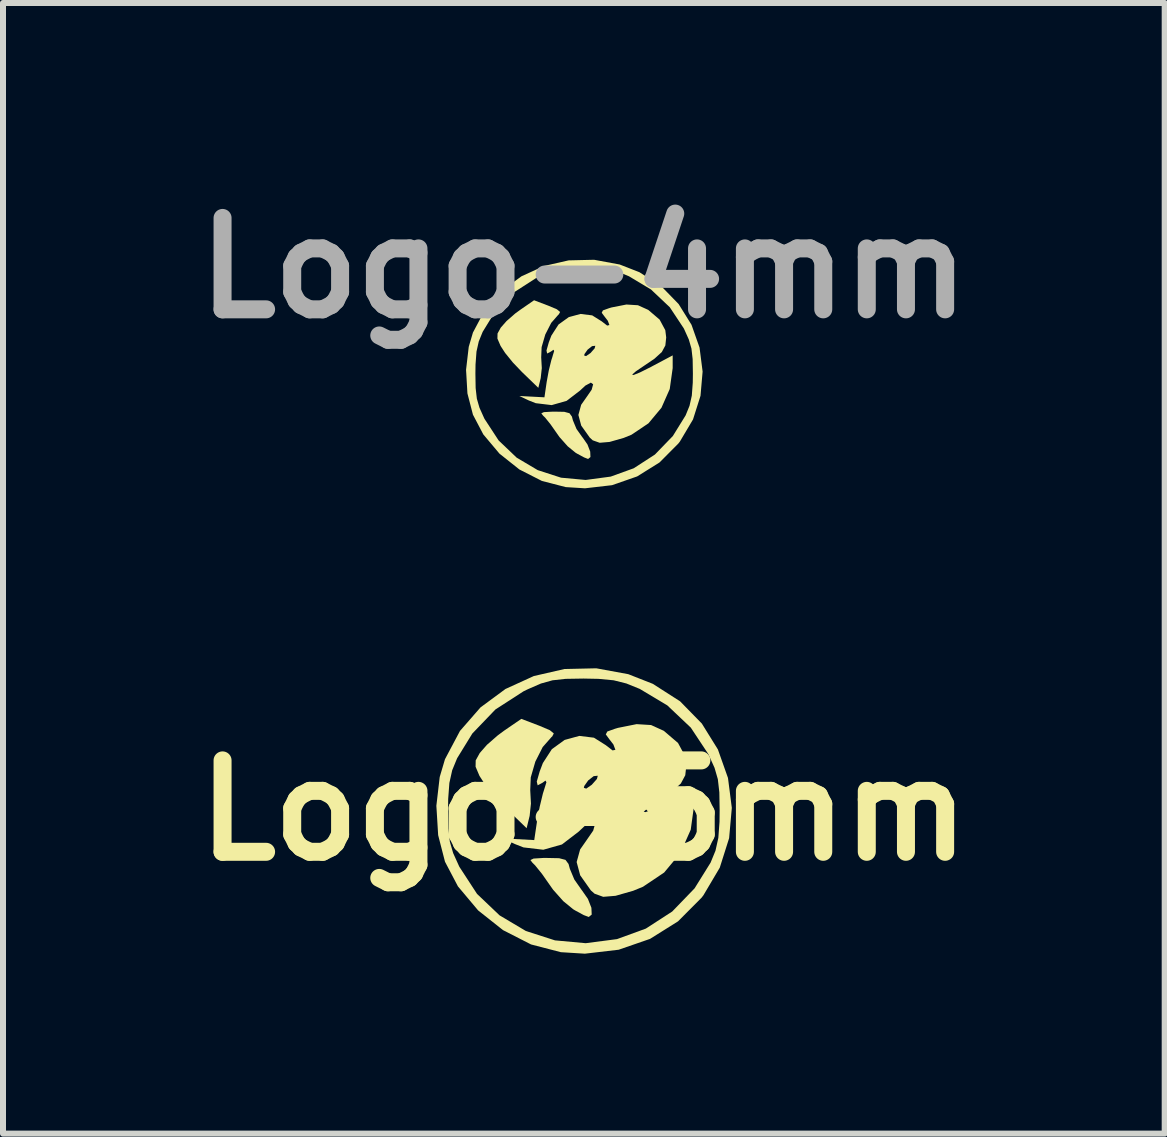
<source format=kicad_pcb>
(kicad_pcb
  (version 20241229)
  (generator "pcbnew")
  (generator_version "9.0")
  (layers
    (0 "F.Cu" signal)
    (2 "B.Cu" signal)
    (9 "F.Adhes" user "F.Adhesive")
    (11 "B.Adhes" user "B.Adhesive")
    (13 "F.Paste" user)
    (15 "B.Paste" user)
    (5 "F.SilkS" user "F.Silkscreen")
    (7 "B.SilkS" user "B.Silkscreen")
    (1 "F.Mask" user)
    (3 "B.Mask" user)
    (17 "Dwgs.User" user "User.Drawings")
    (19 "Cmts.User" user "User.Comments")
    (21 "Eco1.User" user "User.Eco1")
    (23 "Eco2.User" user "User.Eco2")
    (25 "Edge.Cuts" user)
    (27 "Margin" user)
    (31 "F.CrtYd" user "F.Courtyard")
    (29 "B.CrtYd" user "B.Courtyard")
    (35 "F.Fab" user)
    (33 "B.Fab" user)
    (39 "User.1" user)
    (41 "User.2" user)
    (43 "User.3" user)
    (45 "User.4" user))
  (footprint "Logo-5mm"
    (layer "F.Cu")
    (at 6.684 10.462)
    (property "Reference" "Logo-5mm" (at 0 0 0) (layer "F.SilkS") (effects (font (size 1.524 1.524) (thickness 0.3))))
    (attr board_only exclude_from_pos_files exclude_from_bom)
    (fp_poly (pts (xy -0.741 -1.412) (xy -0.567 -1.338) (xy -0.501 -1.284) (xy -0.527 -1.234) (xy -0.539 -1.224) (xy -0.686 -1.057) (xy -0.809 -0.814) (xy -0.885 -0.552) (xy -0.894 -0.339) (xy -0.882 -0.115) (xy -0.904 0.093) (xy -0.906 0.099) (xy -0.954 0.296) (xy -1.294 -0.033) (xy -1.483 -0.231) (xy -1.645 -0.429) (xy -1.74 -0.576) (xy -1.805 -0.729) (xy -1.803 -0.835) (xy -1.735 -0.958) (xy -1.616 -1.094) (xy -1.436 -1.251) (xy -1.334 -1.327) (xy -1.042 -1.527)) (stroke (width 0) (type solid)) (fill yes) (layer "F.SilkS"))
    (fp_poly (pts (xy -0.413 0.796) (xy -0.306 0.824) (xy -0.255 0.893) (xy -0.233 0.974) (xy -0.159 1.151) (xy -0.036 1.327) (xy -0.031 1.333) (xy 0.068 1.475) (xy 0.126 1.623) (xy 0.131 1.736) (xy 0.082 1.776) (xy -0.001 1.745) (xy -0.145 1.667) (xy -0.178 1.647) (xy -0.343 1.512) (xy -0.513 1.321) (xy -0.573 1.236) (xy -0.699 1.056) (xy -0.813 0.915) (xy -0.855 0.874) (xy -0.891 0.827) (xy -0.838 0.802) (xy -0.677 0.792) (xy -0.614 0.792)) (stroke (width 0) (type solid)) (fill yes) (layer "F.SilkS"))
    (fp_poly (pts (xy 0.741 -2.272) (xy 1.15 -2.111) (xy 1.604 -1.82) (xy 1.967 -1.449) (xy 2.235 -1.017) (xy 2.403 -0.542) (xy 2.467 -0.043) (xy 2.422 0.462) (xy 2.266 0.954) (xy 1.993 1.415) (xy 1.963 1.454) (xy 1.57 1.849) (xy 1.104 2.141) (xy 0.581 2.322) (xy 0.017 2.388) (xy -0.383 2.363) (xy -0.88 2.234) (xy -1.348 1.995) (xy -1.763 1.666) (xy -2.099 1.266) (xy -2.315 0.855) (xy -2.429 0.412) (xy -2.454 0) (xy -2.264 0) (xy -2.259 0.301) (xy -2.234 0.521) (xy -2.179 0.711) (xy -2.084 0.921) (xy -2.075 0.94) (xy -1.781 1.391) (xy -1.405 1.749) (xy -0.966 2.01) (xy -0.481 2.166) (xy 0.031 2.213) (xy 0.553 2.145) (xy 1.033 1.97) (xy 1.473 1.685) (xy 1.846 1.299) (xy 2.113 0.87) (xy 2.195 0.67) (xy 2.242 0.458) (xy 2.262 0.189) (xy 2.264 0) (xy 2.259 -0.301) (xy 2.234 -0.521) (xy 2.179 -0.711) (xy 2.084 -0.921) (xy 2.075 -0.94) (xy 1.783 -1.381) (xy 1.391 -1.752) (xy 0.933 -2.026) (xy 0.709 -2.117) (xy 0.497 -2.17) (xy 0.246 -2.194) (xy -0.006 -2.199) (xy -0.304 -2.194) (xy -0.523 -2.17) (xy -0.716 -2.116) (xy -0.934 -2.021) (xy -1.006 -1.986) (xy -1.475 -1.683) (xy -1.859 -1.283) (xy -2.113 -0.87) (xy -2.195 -0.67) (xy -2.242 -0.458) (xy -2.262 -0.189) (xy -2.264 0) (xy -2.454 0) (xy -2.459 -0.077) (xy -2.403 -0.558) (xy -2.315 -0.855) (xy -2.065 -1.326) (xy -1.723 -1.718) (xy -1.307 -2.025) (xy -0.834 -2.241) (xy -0.323 -2.358) (xy 0.207 -2.37)) (stroke (width 0) (type solid)) (fill yes) (layer "F.SilkS"))
    (fp_poly (pts (xy 1.121 -1.424) (xy 1.33 -1.329) (xy 1.334 -1.327) (xy 1.57 -1.125) (xy 1.689 -0.904) (xy 1.709 -0.753) (xy 1.691 -0.587) (xy 1.617 -0.449) (xy 1.465 -0.311) (xy 1.267 -0.176) (xy 1.076 -0.048) (xy 0.998 0.021) (xy 1.029 0.028) (xy 1.162 -0.026) (xy 1.394 -0.142) (xy 1.415 -0.153) (xy 1.842 -0.38) (xy 1.842 -0.115) (xy 1.782 0.321) (xy 1.609 0.711) (xy 1.339 1.035) (xy 0.986 1.272) (xy 0.823 1.339) (xy 0.529 1.423) (xy 0.323 1.44) (xy 0.179 1.388) (xy 0.117 1.333) (xy -0.061 1.081) (xy -0.12 0.86) (xy -0.062 0.65) (xy 0.033 0.514) (xy 0.156 0.336) (xy 0.188 0.222) (xy 0.14 0.188) (xy 0.024 0.249) (xy -0.085 0.352) (xy -0.365 0.567) (xy -0.676 0.655) (xy -1.007 0.616) (xy -1.152 0.559) (xy -1.349 0.466) (xy -1.088 0.48) (xy -0.827 0.494) (xy -0.78 0.176) (xy -0.736 -0.062) (xy -0.683 -0.281) (xy -0.664 -0.341) (xy -0.653 -0.377) (xy 0 -0.377) (xy 0.04 -0.364) (xy 0.132 -0.428) (xy 0.218 -0.525) (xy 0.232 -0.579) (xy 0.164 -0.572) (xy 0.072 -0.5) (xy 0.007 -0.408) (xy 0 -0.377) (xy -0.653 -0.377) (xy -0.624 -0.47) (xy -0.639 -0.498) (xy -0.692 -0.46) (xy -0.77 -0.419) (xy -0.785 -0.481) (xy -0.736 -0.651) (xy -0.683 -0.791) (xy -0.533 -1.022) (xy -0.32 -1.176) (xy -0.075 -1.243) (xy 0.168 -1.213) (xy 0.365 -1.089) (xy 0.479 -1.001) (xy 0.526 -1.011) (xy 0.493 -1.099) (xy 0.422 -1.191) (xy 0.366 -1.268) (xy 0.391 -1.316) (xy 0.519 -1.362) (xy 0.57 -1.377) (xy 0.88 -1.439)) (stroke (width 0) (type solid)) (fill yes) (layer "F.SilkS")))
  (footprint "Logo-4mm"
    (layer "F.Cu")
    (at 6.689 3.179)
    (property "Reference" "Logo-4mm" (at -0.005 -1.761 0) (layer "F.Fab") (effects (font (size 1.524 1.524) (thickness 0.3))))
    (attr board_only exclude_from_pos_files exclude_from_bom)
    (fp_poly (pts (xy -0.593 -1.131) (xy -0.454 -1.072) (xy -0.401 -1.028) (xy -0.422 -0.988) (xy -0.432 -0.98) (xy -0.549 -0.846) (xy -0.648 -0.652) (xy -0.709 -0.442) (xy -0.716 -0.271) (xy -0.706 -0.092) (xy -0.724 0.074) (xy -0.725 0.079) (xy -0.764 0.237) (xy -1.036 -0.026) (xy -1.188 -0.185) (xy -1.317 -0.344) (xy -1.393 -0.461) (xy -1.446 -0.584) (xy -1.444 -0.669) (xy -1.39 -0.767) (xy -1.294 -0.876) (xy -1.15 -1.002) (xy -1.068 -1.062) (xy -0.835 -1.223)) (stroke (width 0) (type solid)) (fill yes) (layer "F.SilkS"))
    (fp_poly (pts (xy -0.331 0.637) (xy -0.245 0.66) (xy -0.204 0.716) (xy -0.187 0.78) (xy -0.128 0.922) (xy -0.029 1.062) (xy -0.024 1.067) (xy 0.055 1.181) (xy 0.101 1.3) (xy 0.105 1.391) (xy 0.066 1.423) (xy -0.001 1.397) (xy -0.116 1.335) (xy -0.143 1.319) (xy -0.275 1.211) (xy -0.411 1.058) (xy -0.459 0.99) (xy -0.56 0.846) (xy -0.651 0.733) (xy -0.685 0.7) (xy -0.714 0.662) (xy -0.671 0.642) (xy -0.542 0.635) (xy -0.492 0.634)) (stroke (width 0) (type solid)) (fill yes) (layer "F.SilkS"))
    (fp_poly (pts (xy 0.593 -1.819) (xy 0.921 -1.691) (xy 1.285 -1.458) (xy 1.575 -1.16) (xy 1.79 -0.814) (xy 1.924 -0.434) (xy 1.975 -0.034) (xy 1.94 0.37) (xy 1.815 0.764) (xy 1.596 1.133) (xy 1.572 1.164) (xy 1.257 1.481) (xy 0.884 1.714) (xy 0.465 1.86) (xy 0.014 1.912) (xy -0.307 1.892) (xy -0.705 1.789) (xy -1.08 1.598) (xy -1.412 1.334) (xy -1.681 1.014) (xy -1.854 0.685) (xy -1.946 0.33) (xy -1.965 0) (xy -1.813 0) (xy -1.809 0.241) (xy -1.789 0.417) (xy -1.745 0.569) (xy -1.669 0.738) (xy -1.662 0.753) (xy -1.426 1.114) (xy -1.125 1.401) (xy -0.774 1.609) (xy -0.385 1.735) (xy 0.025 1.773) (xy 0.443 1.717) (xy 0.827 1.578) (xy 1.18 1.349) (xy 1.479 1.04) (xy 1.692 0.696) (xy 1.757 0.536) (xy 1.795 0.367) (xy 1.811 0.151) (xy 1.813 0) (xy 1.809 -0.241) (xy 1.789 -0.417) (xy 1.745 -0.569) (xy 1.669 -0.738) (xy 1.662 -0.753) (xy 1.428 -1.106) (xy 1.114 -1.403) (xy 0.747 -1.623) (xy 0.568 -1.696) (xy 0.398 -1.738) (xy 0.197 -1.757) (xy -0.005 -1.761) (xy -0.244 -1.757) (xy -0.419 -1.738) (xy -0.573 -1.694) (xy -0.748 -1.618) (xy -0.806 -1.59) (xy -1.181 -1.348) (xy -1.488 -1.028) (xy -1.692 -0.696) (xy -1.757 -0.536) (xy -1.795 -0.367) (xy -1.811 -0.151) (xy -1.813 0) (xy -1.965 0) (xy -1.969 -0.062) (xy -1.924 -0.447) (xy -1.854 -0.685) (xy -1.654 -1.062) (xy -1.38 -1.376) (xy -1.046 -1.622) (xy -0.668 -1.795) (xy -0.259 -1.888) (xy 0.166 -1.898)) (stroke (width 0) (type solid)) (fill yes) (layer "F.SilkS"))
    (fp_poly (pts (xy 0.897 -1.14) (xy 1.065 -1.064) (xy 1.068 -1.063) (xy 1.258 -0.901) (xy 1.353 -0.724) (xy 1.368 -0.603) (xy 1.354 -0.47) (xy 1.295 -0.36) (xy 1.173 -0.249) (xy 1.014 -0.141) (xy 0.862 -0.038) (xy 0.8 0.017) (xy 0.824 0.023) (xy 0.931 -0.02) (xy 1.117 -0.113) (xy 1.133 -0.122) (xy 1.476 -0.304) (xy 1.476 -0.092) (xy 1.427 0.257) (xy 1.289 0.569) (xy 1.072 0.829) (xy 0.789 1.019) (xy 0.659 1.072) (xy 0.424 1.139) (xy 0.259 1.153) (xy 0.143 1.112) (xy 0.094 1.067) (xy -0.049 0.866) (xy -0.096 0.689) (xy -0.05 0.52) (xy 0.026 0.412) (xy 0.125 0.269) (xy 0.15 0.178) (xy 0.112 0.15) (xy 0.02 0.2) (xy -0.068 0.282) (xy -0.292 0.454) (xy -0.541 0.525) (xy -0.807 0.493) (xy -0.922 0.448) (xy -1.08 0.373) (xy -0.871 0.384) (xy -0.662 0.395) (xy -0.625 0.141) (xy -0.59 -0.05) (xy -0.547 -0.225) (xy -0.531 -0.273) (xy -0.523 -0.302) (xy 0 -0.302) (xy 0.032 -0.292) (xy 0.106 -0.343) (xy 0.175 -0.421) (xy 0.186 -0.464) (xy 0.132 -0.458) (xy 0.058 -0.4) (xy 0.006 -0.327) (xy 0 -0.302) (xy -0.523 -0.302) (xy -0.5 -0.377) (xy -0.511 -0.398) (xy -0.554 -0.368) (xy -0.617 -0.335) (xy -0.628 -0.385) (xy -0.589 -0.522) (xy -0.547 -0.633) (xy -0.427 -0.819) (xy -0.256 -0.942) (xy -0.06 -0.995) (xy 0.134 -0.971) (xy 0.292 -0.872) (xy 0.384 -0.801) (xy 0.421 -0.81) (xy 0.395 -0.88) (xy 0.338 -0.954) (xy 0.293 -1.015) (xy 0.313 -1.054) (xy 0.416 -1.091) (xy 0.456 -1.103) (xy 0.705 -1.152)) (stroke (width 0) (type solid)) (fill yes) (layer "F.SilkS")))
  (gr_rect
    (start -3 -3)
    (end 16.368 15.85)
    (stroke (width 0.1) (type default))
    (fill no)
    (layer "Edge.Cuts")))
</source>
